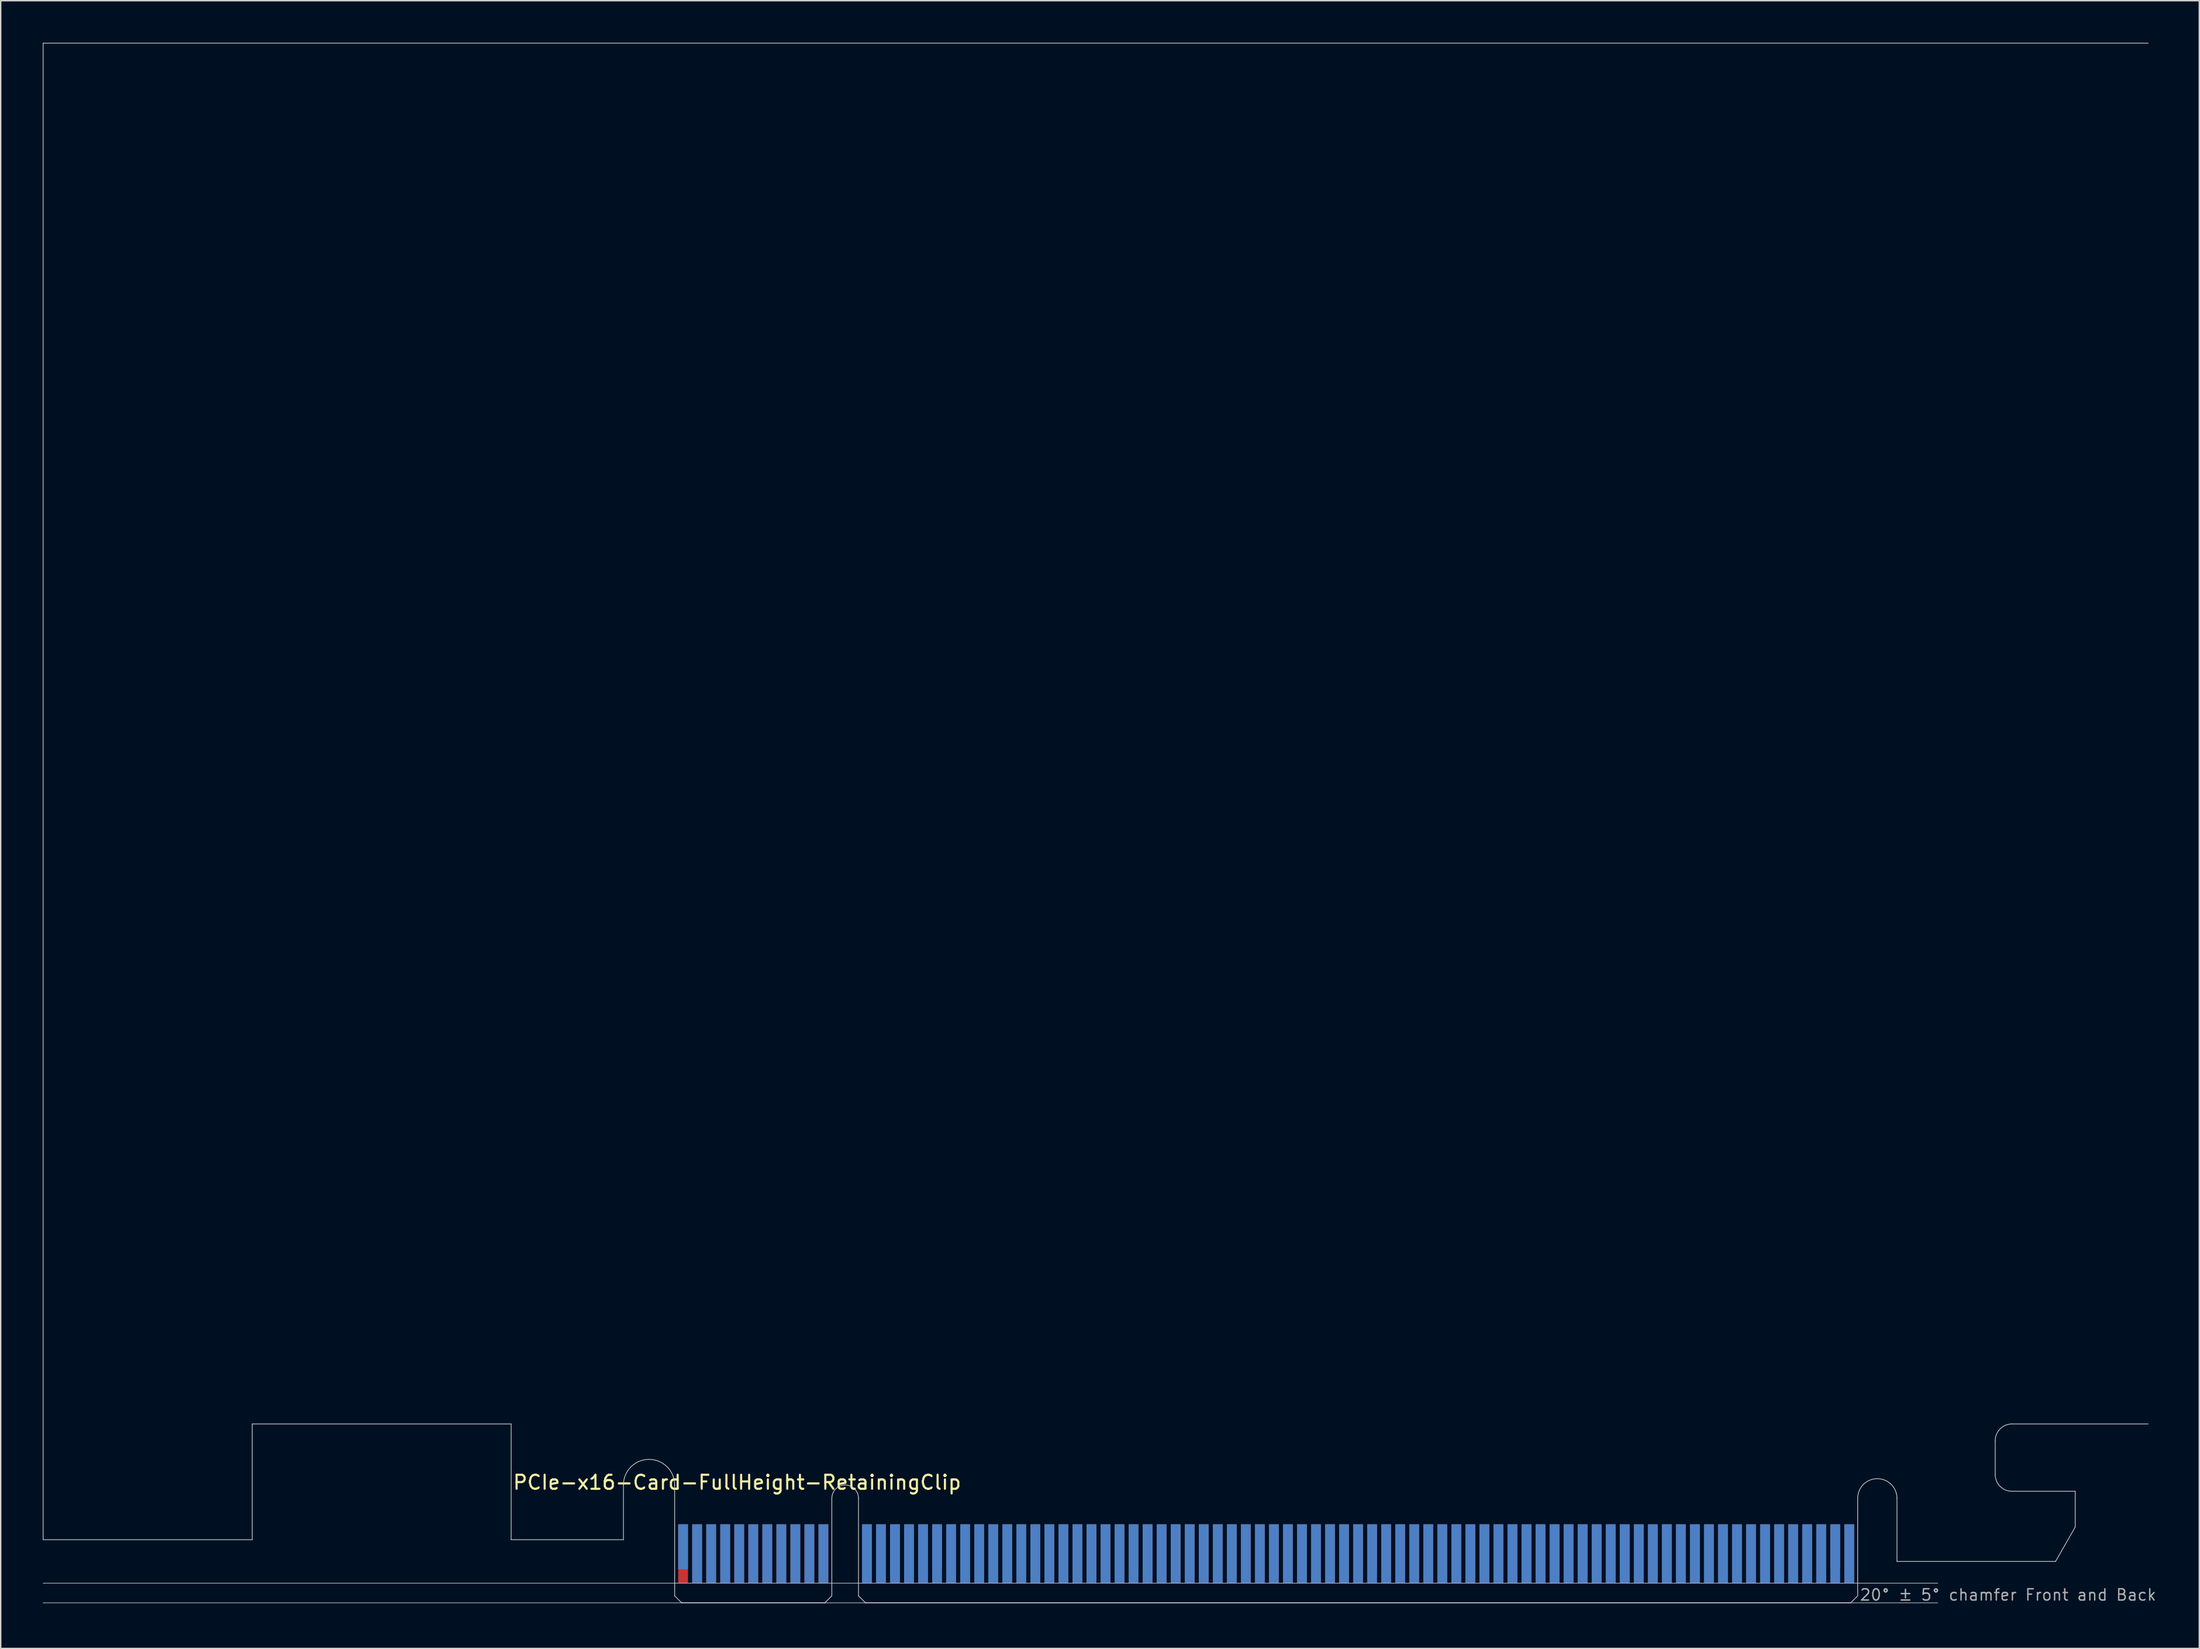
<source format=kicad_pcb>
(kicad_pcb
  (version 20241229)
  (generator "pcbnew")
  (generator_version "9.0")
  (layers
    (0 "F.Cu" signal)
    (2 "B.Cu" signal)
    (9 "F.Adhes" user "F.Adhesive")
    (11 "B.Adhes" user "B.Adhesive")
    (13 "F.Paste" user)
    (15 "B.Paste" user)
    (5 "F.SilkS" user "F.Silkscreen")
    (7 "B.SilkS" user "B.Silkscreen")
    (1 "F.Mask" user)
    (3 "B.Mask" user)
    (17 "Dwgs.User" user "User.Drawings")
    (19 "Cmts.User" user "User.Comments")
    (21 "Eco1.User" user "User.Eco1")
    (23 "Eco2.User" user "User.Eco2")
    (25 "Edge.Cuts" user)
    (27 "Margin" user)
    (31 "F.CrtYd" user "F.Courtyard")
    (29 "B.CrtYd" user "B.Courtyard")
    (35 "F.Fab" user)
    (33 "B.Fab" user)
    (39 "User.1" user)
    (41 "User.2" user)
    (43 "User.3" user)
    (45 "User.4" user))
  (footprint "PCIe-x16-Card-FullHeight-RetainingClip"
    (layer "F.Cu")
    (at 45.025 111.175)
    (property "Reference" "PCIe-x16-Card-FullHeight-RetainingClip" (at -11.6 -8 0) (layer "F.SilkS") (effects (font (size 1 1) (thickness 0.15)) (justify left bottom)))
    (attr exclude_from_pos_files exclude_from_bom)
    (fp_poly (pts (xy -3.65 -4.5) (xy -11.65 -4.5) (xy -11.65 -7.95) (xy -3.65 -7.95)) (stroke (width 0.1) (type solid)) (fill yes) (layer "F.Mask"))
    (fp_poly (pts (xy 11.2 -5.45) (xy 0 -5.45) (xy 0 0) (xy 11.2 0)) (stroke (width 0.1) (type solid)) (fill yes) (layer "F.Mask"))
    (fp_poly (pts (xy 84.3 -5.45) (xy 13.1 -5.45) (xy 13.1 0) (xy 84.3 0)) (stroke (width 0.1) (type solid)) (fill yes) (layer "F.Mask"))
    (fp_poly (pts (xy 99.8 -5.4) (xy 98.4 -2.95) (xy 87.1 -2.95) (xy 87.1 -7.95) (xy 99.8 -7.95)) (stroke (width 0.1) (type solid)) (fill yes) (layer "F.Mask"))
    (fp_poly (pts (xy -3.65 -7.95) (xy -11.65 -7.95) (xy -11.65 -4.5) (xy -3.65 -4.5)) (stroke (width 0.1) (type solid)) (fill yes) (layer "B.Mask"))
    (fp_poly (pts (xy 11.2 0) (xy 0 0) (xy 0 -5.45) (xy 11.2 -5.45)) (stroke (width 0.1) (type solid)) (fill yes) (layer "B.Mask"))
    (fp_poly (pts (xy 84.3 -5.45) (xy 13.1 -5.45) (xy 13.1 0) (xy 84.3 0)) (stroke (width 0.1) (type solid)) (fill yes) (layer "B.Mask"))
    (fp_poly (pts (xy 99.8 -5.4) (xy 98.4 -2.95) (xy 87.1 -2.95) (xy 87.1 -7.95) (xy 99.8 -7.95)) (stroke (width 0.1) (type solid)) (fill yes) (layer "B.Mask"))
    (fp_line (start -45 -111.15) (end 105 -111.15) (stroke (width 0.05) (type solid)) (layer "Edge.Cuts"))
    (fp_line (start -45 -4.5) (end -45 -111.15) (stroke (width 0.05) (type solid)) (layer "Edge.Cuts"))
    (fp_line (start -30.1 -12.75) (end -30.1 -4.5) (stroke (width 0.05) (type solid)) (layer "Edge.Cuts"))
    (fp_line (start -30.1 -4.5) (end -45 -4.5) (stroke (width 0.05) (type solid)) (layer "Edge.Cuts"))
    (fp_line (start -11.65 -12.75) (end -30.1 -12.75) (stroke (width 0.05) (type solid)) (layer "Edge.Cuts"))
    (fp_line (start -11.65 -4.5) (end -11.65 -12.75) (stroke (width 0.05) (type solid)) (layer "Edge.Cuts"))
    (fp_line (start -3.65 -4.5) (end -11.65 -4.5) (stroke (width 0.05) (type solid)) (layer "Edge.Cuts"))
    (fp_line (start -3.65 -4.5) (end -3.65 -8.4) (stroke (width 0.05) (type solid)) (layer "Edge.Cuts"))
    (fp_line (start 0 -0.5) (end 0 -8.4) (stroke (width 0.05) (type solid)) (layer "Edge.Cuts"))
    (fp_line (start 0.5 0) (end 0 -0.5) (stroke (width 0.05) (type solid)) (layer "Edge.Cuts"))
    (fp_line (start 0.5 0) (end 10.7 0) (stroke (width 0.05) (type solid)) (layer "Edge.Cuts"))
    (fp_line (start 10.7 0) (end 11.2 -0.5) (stroke (width 0.05) (type solid)) (layer "Edge.Cuts"))
    (fp_line (start 11.2 -0.5) (end 11.2 -7.45) (stroke (width 0.05) (type solid)) (layer "Edge.Cuts"))
    (fp_line (start 13.1 -0.5) (end 13.1 -7.45) (stroke (width 0.05) (type solid)) (layer "Edge.Cuts"))
    (fp_line (start 13.6 0) (end 13.1 -0.5) (stroke (width 0.05) (type solid)) (layer "Edge.Cuts"))
    (fp_line (start 83.8 0) (end 13.6 0) (stroke (width 0.05) (type solid)) (layer "Edge.Cuts"))
    (fp_line (start 83.8 0) (end 84.3 -0.5) (stroke (width 0.05) (type solid)) (layer "Edge.Cuts"))
    (fp_line (start 84.3 -0.5) (end 84.3 -7.45) (stroke (width 0.05) (type solid)) (layer "Edge.Cuts"))
    (fp_line (start 87.1 -7.45) (end 87.1 -2.95) (stroke (width 0.05) (type solid)) (layer "Edge.Cuts"))
    (fp_line (start 87.1 -2.95) (end 98.4 -2.95) (stroke (width 0.05) (type solid)) (layer "Edge.Cuts"))
    (fp_line (start 94.1 -11.55) (end 94.1 -9.15) (stroke (width 0.05) (type solid)) (layer "Edge.Cuts"))
    (fp_line (start 95.3 -12.75) (end 105 -12.75) (stroke (width 0.05) (type solid)) (layer "Edge.Cuts"))
    (fp_line (start 98.4 -2.95) (end 99.8 -5.4) (stroke (width 0.05) (type solid)) (layer "Edge.Cuts"))
    (fp_line (start 99.8 -7.95) (end 95.3 -7.95) (stroke (width 0.05) (type solid)) (layer "Edge.Cuts"))
    (fp_line (start 99.8 -5.4) (end 99.8 -7.95) (stroke (width 0.05) (type solid)) (layer "Edge.Cuts"))
    (fp_arc (start -3.65 -8.4) (mid -1.825 -10.225) (end 0 -8.4) (stroke (width 0.05) (type solid)) (layer "Edge.Cuts"))
    (fp_arc (start 11.2 -7.45) (mid 12.15 -8.4) (end 13.1 -7.45) (stroke (width 0.05) (type solid)) (layer "Edge.Cuts"))
    (fp_arc (start 84.3 -7.45) (mid 85.7 -8.85) (end 87.1 -7.45) (stroke (width 0.05) (type solid)) (layer "Edge.Cuts"))
    (fp_arc (start 94.1 -11.55) (mid 94.451472 -12.398528) (end 95.3 -12.75) (stroke (width 0.05) (type solid)) (layer "Edge.Cuts"))
    (fp_arc (start 95.3 -7.95) (mid 94.451472 -8.301472) (end 94.1 -9.15) (stroke (width 0.05) (type solid)) (layer "Edge.Cuts"))
    (fp_line (start -45 -1.4) (end 90 -1.4) (stroke (width 0.05) (type solid)) (layer "F.Fab"))
    (fp_line (start -45 0) (end 90 0) (stroke (width 0.05) (type solid)) (layer "F.Fab"))
    (fp_text user "20° ± 5° chamfer Front and Back" (at 84.4 -0.1 0) (layer "F.Fab") (effects (font (size 0.8 0.8) (thickness 0.1)) (justify left bottom)))
    (pad "A1" smd rect (at 0.6 -4) (size 0.7 3.2) (layers "B.Cu"))
    (pad "A2" smd rect (at 1.6 -3.5) (size 0.7 4.2) (layers "B.Cu"))
    (pad "A3" smd rect (at 2.6 -3.5) (size 0.7 4.2) (layers "B.Cu"))
    (pad "A4" smd rect (at 3.6 -3.5) (size 0.7 4.2) (layers "B.Cu"))
    (pad "A5" smd rect (at 4.6 -3.5) (size 0.7 4.2) (layers "B.Cu"))
    (pad "A6" smd rect (at 5.6 -3.5) (size 0.7 4.2) (layers "B.Cu"))
    (pad "A7" smd rect (at 6.6 -3.5) (size 0.7 4.2) (layers "B.Cu"))
    (pad "A8" smd rect (at 7.6 -3.5) (size 0.7 4.2) (layers "B.Cu"))
    (pad "A9" smd rect (at 8.6 -3.5) (size 0.7 4.2) (layers "B.Cu"))
    (pad "A10" smd rect (at 9.6 -3.5) (size 0.7 4.2) (layers "B.Cu"))
    (pad "A11" smd rect (at 10.6 -3.5) (size 0.7 4.2) (layers "B.Cu"))
    (pad "A12" smd rect (at 13.7 -3.5) (size 0.7 4.2) (layers "B.Cu"))
    (pad "A13" smd rect (at 14.7 -3.5) (size 0.7 4.2) (layers "B.Cu"))
    (pad "A14" smd rect (at 15.7 -3.5) (size 0.7 4.2) (layers "B.Cu"))
    (pad "A15" smd rect (at 16.7 -3.5) (size 0.7 4.2) (layers "B.Cu"))
    (pad "A16" smd rect (at 17.7 -3.5) (size 0.7 4.2) (layers "B.Cu"))
    (pad "A17" smd rect (at 18.7 -3.5) (size 0.7 4.2) (layers "B.Cu"))
    (pad "A18" smd rect (at 19.7 -3.5) (size 0.7 4.2) (layers "B.Cu"))
    (pad "A19" smd rect (at 20.7 -3.5) (size 0.7 4.2) (layers "B.Cu"))
    (pad "A20" smd rect (at 21.7 -3.5) (size 0.7 4.2) (layers "B.Cu"))
    (pad "A21" smd rect (at 22.7 -3.5) (size 0.7 4.2) (layers "B.Cu"))
    (pad "A22" smd rect (at 23.7 -3.5) (size 0.7 4.2) (layers "B.Cu"))
    (pad "A23" smd rect (at 24.7 -3.5) (size 0.7 4.2) (layers "B.Cu"))
    (pad "A24" smd rect (at 25.7 -3.5) (size 0.7 4.2) (layers "B.Cu"))
    (pad "A25" smd rect (at 26.7 -3.5) (size 0.7 4.2) (layers "B.Cu"))
    (pad "A26" smd rect (at 27.7 -3.5) (size 0.7 4.2) (layers "B.Cu"))
    (pad "A27" smd rect (at 28.7 -3.5) (size 0.7 4.2) (layers "B.Cu"))
    (pad "A28" smd rect (at 29.7 -3.5) (size 0.7 4.2) (layers "B.Cu"))
    (pad "A29" smd rect (at 30.7 -3.5) (size 0.7 4.2) (layers "B.Cu"))
    (pad "A30" smd rect (at 31.7 -3.5) (size 0.7 4.2) (layers "B.Cu"))
    (pad "A31" smd rect (at 32.7 -3.5) (size 0.7 4.2) (layers "B.Cu"))
    (pad "A32" smd rect (at 33.7 -3.5) (size 0.7 4.2) (layers "B.Cu"))
    (pad "A33" smd rect (at 34.7 -3.5) (size 0.7 4.2) (layers "B.Cu"))
    (pad "A34" smd rect (at 35.7 -3.5) (size 0.7 4.2) (layers "B.Cu"))
    (pad "A35" smd rect (at 36.7 -3.5) (size 0.7 4.2) (layers "B.Cu"))
    (pad "A36" smd rect (at 37.7 -3.5) (size 0.7 4.2) (layers "B.Cu"))
    (pad "A37" smd rect (at 38.7 -3.5) (size 0.7 4.2) (layers "B.Cu"))
    (pad "A38" smd rect (at 39.7 -3.5) (size 0.7 4.2) (layers "B.Cu"))
    (pad "A39" smd rect (at 40.7 -3.5) (size 0.7 4.2) (layers "B.Cu"))
    (pad "A40" smd rect (at 41.7 -3.5) (size 0.7 4.2) (layers "B.Cu"))
    (pad "A41" smd rect (at 42.7 -3.5) (size 0.7 4.2) (layers "B.Cu"))
    (pad "A42" smd rect (at 43.7 -3.5) (size 0.7 4.2) (layers "B.Cu"))
    (pad "A43" smd rect (at 44.7 -3.5) (size 0.7 4.2) (layers "B.Cu"))
    (pad "A44" smd rect (at 45.7 -3.5) (size 0.7 4.2) (layers "B.Cu"))
    (pad "A45" smd rect (at 46.7 -3.5) (size 0.7 4.2) (layers "B.Cu"))
    (pad "A46" smd rect (at 47.7 -3.5) (size 0.7 4.2) (layers "B.Cu"))
    (pad "A47" smd rect (at 48.7 -3.5) (size 0.7 4.2) (layers "B.Cu"))
    (pad "A48" smd rect (at 49.7 -3.5) (size 0.7 4.2) (layers "B.Cu"))
    (pad "A49" smd rect (at 50.7 -3.5) (size 0.7 4.2) (layers "B.Cu"))
    (pad "A50" smd rect (at 51.7 -3.5) (size 0.7 4.2) (layers "B.Cu"))
    (pad "A51" smd rect (at 52.7 -3.5) (size 0.7 4.2) (layers "B.Cu"))
    (pad "A52" smd rect (at 53.7 -3.5) (size 0.7 4.2) (layers "B.Cu"))
    (pad "A53" smd rect (at 54.7 -3.5) (size 0.7 4.2) (layers "B.Cu"))
    (pad "A54" smd rect (at 55.7 -3.5) (size 0.7 4.2) (layers "B.Cu"))
    (pad "A55" smd rect (at 56.7 -3.5) (size 0.7 4.2) (layers "B.Cu"))
    (pad "A56" smd rect (at 57.7 -3.5) (size 0.7 4.2) (layers "B.Cu"))
    (pad "A57" smd rect (at 58.7 -3.5) (size 0.7 4.2) (layers "B.Cu"))
    (pad "A58" smd rect (at 59.7 -3.5) (size 0.7 4.2) (layers "B.Cu"))
    (pad "A59" smd rect (at 60.7 -3.5) (size 0.7 4.2) (layers "B.Cu"))
    (pad "A60" smd rect (at 61.7 -3.5) (size 0.7 4.2) (layers "B.Cu"))
    (pad "A61" smd rect (at 62.7 -3.5) (size 0.7 4.2) (layers "B.Cu"))
    (pad "A62" smd rect (at 63.7 -3.5) (size 0.7 4.2) (layers "B.Cu"))
    (pad "A63" smd rect (at 64.7 -3.5) (size 0.7 4.2) (layers "B.Cu"))
    (pad "A64" smd rect (at 65.7 -3.5) (size 0.7 4.2) (layers "B.Cu"))
    (pad "A65" smd rect (at 66.7 -3.5) (size 0.7 4.2) (layers "B.Cu"))
    (pad "A66" smd rect (at 67.7 -3.5) (size 0.7 4.2) (layers "B.Cu"))
    (pad "A67" smd rect (at 68.7 -3.5) (size 0.7 4.2) (layers "B.Cu"))
    (pad "A68" smd rect (at 69.7 -3.5) (size 0.7 4.2) (layers "B.Cu"))
    (pad "A69" smd rect (at 70.7 -3.5) (size 0.7 4.2) (layers "B.Cu"))
    (pad "A70" smd rect (at 71.7 -3.5) (size 0.7 4.2) (layers "B.Cu"))
    (pad "A71" smd rect (at 72.7 -3.5) (size 0.7 4.2) (layers "B.Cu"))
    (pad "A72" smd rect (at 73.7 -3.5) (size 0.7 4.2) (layers "B.Cu"))
    (pad "A73" smd rect (at 74.7 -3.5) (size 0.7 4.2) (layers "B.Cu"))
    (pad "A74" smd rect (at 75.7 -3.5) (size 0.7 4.2) (layers "B.Cu"))
    (pad "A75" smd rect (at 76.7 -3.5) (size 0.7 4.2) (layers "B.Cu"))
    (pad "A76" smd rect (at 77.7 -3.5) (size 0.7 4.2) (layers "B.Cu"))
    (pad "A77" smd rect (at 78.7 -3.5) (size 0.7 4.2) (layers "B.Cu"))
    (pad "A78" smd rect (at 79.7 -3.5) (size 0.7 4.2) (layers "B.Cu"))
    (pad "A79" smd rect (at 80.7 -3.5) (size 0.7 4.2) (layers "B.Cu"))
    (pad "A80" smd rect (at 81.7 -3.5) (size 0.7 4.2) (layers "B.Cu"))
    (pad "A81" smd rect (at 82.7 -3.5) (size 0.7 4.2) (layers "B.Cu"))
    (pad "A82" smd rect (at 83.7 -3.5) (size 0.7 4.2) (layers "B.Cu"))
    (pad "B1" smd rect (at 0.6 -3.5) (size 0.7 4.2) (layers "F.Cu"))
    (pad "B2" smd rect (at 1.6 -3.5) (size 0.7 4.2) (layers "F.Cu"))
    (pad "B3" smd rect (at 2.6 -3.5) (size 0.7 4.2) (layers "F.Cu"))
    (pad "B4" smd rect (at 3.6 -3.5) (size 0.7 4.2) (layers "F.Cu"))
    (pad "B5" smd rect (at 4.6 -3.5) (size 0.7 4.2) (layers "F.Cu"))
    (pad "B6" smd rect (at 5.6 -3.5) (size 0.7 4.2) (layers "F.Cu"))
    (pad "B7" smd rect (at 6.6 -3.5) (size 0.7 4.2) (layers "F.Cu"))
    (pad "B8" smd rect (at 7.6 -3.5) (size 0.7 4.2) (layers "F.Cu"))
    (pad "B9" smd rect (at 8.6 -3.5) (size 0.7 4.2) (layers "F.Cu"))
    (pad "B10" smd rect (at 9.6 -3.5) (size 0.7 4.2) (layers "F.Cu"))
    (pad "B11" smd rect (at 10.6 -3.5) (size 0.7 4.2) (layers "F.Cu"))
    (pad "B12" smd rect (at 13.7 -3.5) (size 0.7 4.2) (layers "F.Cu"))
    (pad "B13" smd rect (at 14.7 -3.5) (size 0.7 4.2) (layers "F.Cu"))
    (pad "B14" smd rect (at 15.7 -3.5) (size 0.7 4.2) (layers "F.Cu"))
    (pad "B15" smd rect (at 16.7 -3.5) (size 0.7 4.2) (layers "F.Cu"))
    (pad "B16" smd rect (at 17.7 -3.5) (size 0.7 4.2) (layers "F.Cu"))
    (pad "B17" smd rect (at 18.7 -4) (size 0.7 3.2) (layers "F.Cu"))
    (pad "B18" smd rect (at 19.7 -3.5) (size 0.7 4.2) (layers "F.Cu"))
    (pad "B19" smd rect (at 20.7 -3.5) (size 0.7 4.2) (layers "F.Cu"))
    (pad "B20" smd rect (at 21.7 -3.5) (size 0.7 4.2) (layers "F.Cu"))
    (pad "B21" smd rect (at 22.7 -3.5) (size 0.7 4.2) (layers "F.Cu"))
    (pad "B22" smd rect (at 23.7 -3.5) (size 0.7 4.2) (layers "F.Cu"))
    (pad "B23" smd rect (at 24.7 -3.5) (size 0.7 4.2) (layers "F.Cu"))
    (pad "B24" smd rect (at 25.7 -3.5) (size 0.7 4.2) (layers "F.Cu"))
    (pad "B25" smd rect (at 26.7 -3.5) (size 0.7 4.2) (layers "F.Cu"))
    (pad "B26" smd rect (at 27.7 -3.5) (size 0.7 4.2) (layers "F.Cu"))
    (pad "B27" smd rect (at 28.7 -3.5) (size 0.7 4.2) (layers "F.Cu"))
    (pad "B28" smd rect (at 29.7 -3.5) (size 0.7 4.2) (layers "F.Cu"))
    (pad "B29" smd rect (at 30.7 -3.5) (size 0.7 4.2) (layers "F.Cu"))
    (pad "B30" smd rect (at 31.7 -3.5) (size 0.7 4.2) (layers "F.Cu"))
    (pad "B31" smd rect (at 32.7 -4) (size 0.7 3.2) (layers "F.Cu"))
    (pad "B32" smd rect (at 33.7 -3.5) (size 0.7 4.2) (layers "F.Cu"))
    (pad "B33" smd rect (at 34.7 -3.5) (size 0.7 4.2) (layers "F.Cu"))
    (pad "B34" smd rect (at 35.7 -3.5) (size 0.7 4.2) (layers "F.Cu"))
    (pad "B35" smd rect (at 36.7 -3.5) (size 0.7 4.2) (layers "F.Cu"))
    (pad "B36" smd rect (at 37.7 -3.5) (size 0.7 4.2) (layers "F.Cu"))
    (pad "B37" smd rect (at 38.7 -3.5) (size 0.7 4.2) (layers "F.Cu"))
    (pad "B38" smd rect (at 39.7 -3.5) (size 0.7 4.2) (layers "F.Cu"))
    (pad "B39" smd rect (at 40.7 -3.5) (size 0.7 4.2) (layers "F.Cu"))
    (pad "B40" smd rect (at 41.7 -3.5) (size 0.7 4.2) (layers "F.Cu"))
    (pad "B41" smd rect (at 42.7 -3.5) (size 0.7 4.2) (layers "F.Cu"))
    (pad "B42" smd rect (at 43.7 -3.5) (size 0.7 4.2) (layers "F.Cu"))
    (pad "B43" smd rect (at 44.7 -3.5) (size 0.7 4.2) (layers "F.Cu"))
    (pad "B44" smd rect (at 45.7 -3.5) (size 0.7 4.2) (layers "F.Cu"))
    (pad "B45" smd rect (at 46.7 -3.5) (size 0.7 4.2) (layers "F.Cu"))
    (pad "B46" smd rect (at 47.7 -3.5) (size 0.7 4.2) (layers "F.Cu"))
    (pad "B47" smd rect (at 48.7 -3.5) (size 0.7 4.2) (layers "F.Cu"))
    (pad "B48" smd rect (at 49.7 -4) (size 0.7 3.2) (layers "F.Cu"))
    (pad "B49" smd rect (at 50.7 -3.5) (size 0.7 4.2) (layers "F.Cu"))
    (pad "B50" smd rect (at 51.7 -3.5) (size 0.7 4.2) (layers "F.Cu"))
    (pad "B51" smd rect (at 52.7 -3.5) (size 0.7 4.2) (layers "F.Cu"))
    (pad "B52" smd rect (at 53.7 -3.5) (size 0.7 4.2) (layers "F.Cu"))
    (pad "B53" smd rect (at 54.7 -3.5) (size 0.7 4.2) (layers "F.Cu"))
    (pad "B54" smd rect (at 55.7 -3.5) (size 0.7 4.2) (layers "F.Cu"))
    (pad "B55" smd rect (at 56.7 -3.5) (size 0.7 4.2) (layers "F.Cu"))
    (pad "B56" smd rect (at 57.7 -3.5) (size 0.7 4.2) (layers "F.Cu"))
    (pad "B57" smd rect (at 58.7 -3.5) (size 0.7 4.2) (layers "F.Cu"))
    (pad "B58" smd rect (at 59.7 -3.5) (size 0.7 4.2) (layers "F.Cu"))
    (pad "B59" smd rect (at 60.7 -3.5) (size 0.7 4.2) (layers "F.Cu"))
    (pad "B60" smd rect (at 61.7 -3.5) (size 0.7 4.2) (layers "F.Cu"))
    (pad "B61" smd rect (at 62.7 -3.5) (size 0.7 4.2) (layers "F.Cu"))
    (pad "B62" smd rect (at 63.7 -3.5) (size 0.7 4.2) (layers "F.Cu"))
    (pad "B63" smd rect (at 64.7 -3.5) (size 0.7 4.2) (layers "F.Cu"))
    (pad "B64" smd rect (at 65.7 -3.5) (size 0.7 4.2) (layers "F.Cu"))
    (pad "B65" smd rect (at 66.7 -3.5) (size 0.7 4.2) (layers "F.Cu"))
    (pad "B66" smd rect (at 67.7 -3.5) (size 0.7 4.2) (layers "F.Cu"))
    (pad "B67" smd rect (at 68.7 -3.5) (size 0.7 4.2) (layers "F.Cu"))
    (pad "B68" smd rect (at 69.7 -3.5) (size 0.7 4.2) (layers "F.Cu"))
    (pad "B69" smd rect (at 70.7 -3.5) (size 0.7 4.2) (layers "F.Cu"))
    (pad "B70" smd rect (at 71.7 -3.5) (size 0.7 4.2) (layers "F.Cu"))
    (pad "B71" smd rect (at 72.7 -3.5) (size 0.7 4.2) (layers "F.Cu"))
    (pad "B72" smd rect (at 73.7 -3.5) (size 0.7 4.2) (layers "F.Cu"))
    (pad "B73" smd rect (at 74.7 -3.5) (size 0.7 4.2) (layers "F.Cu"))
    (pad "B74" smd rect (at 75.7 -3.5) (size 0.7 4.2) (layers "F.Cu"))
    (pad "B75" smd rect (at 76.7 -3.5) (size 0.7 4.2) (layers "F.Cu"))
    (pad "B76" smd rect (at 77.7 -3.5) (size 0.7 4.2) (layers "F.Cu"))
    (pad "B77" smd rect (at 78.7 -3.5) (size 0.7 4.2) (layers "F.Cu"))
    (pad "B78" smd rect (at 79.7 -3.5) (size 0.7 4.2) (layers "F.Cu"))
    (pad "B79" smd rect (at 80.7 -3.5) (size 0.7 4.2) (layers "F.Cu"))
    (pad "B80" smd rect (at 81.7 -3.5) (size 0.7 4.2) (layers "F.Cu"))
    (pad "B81" smd rect (at 82.7 -4) (size 0.7 3.2) (layers "F.Cu"))
    (pad "B82" smd rect (at 83.7 -3.5) (size 0.7 4.2) (layers "F.Cu")))
  (gr_rect
    (start -3 -3)
    (end 153.67 114.425)
    (stroke (width 0.1) (type default))
    (fill no)
    (layer "Edge.Cuts")))
</source>
